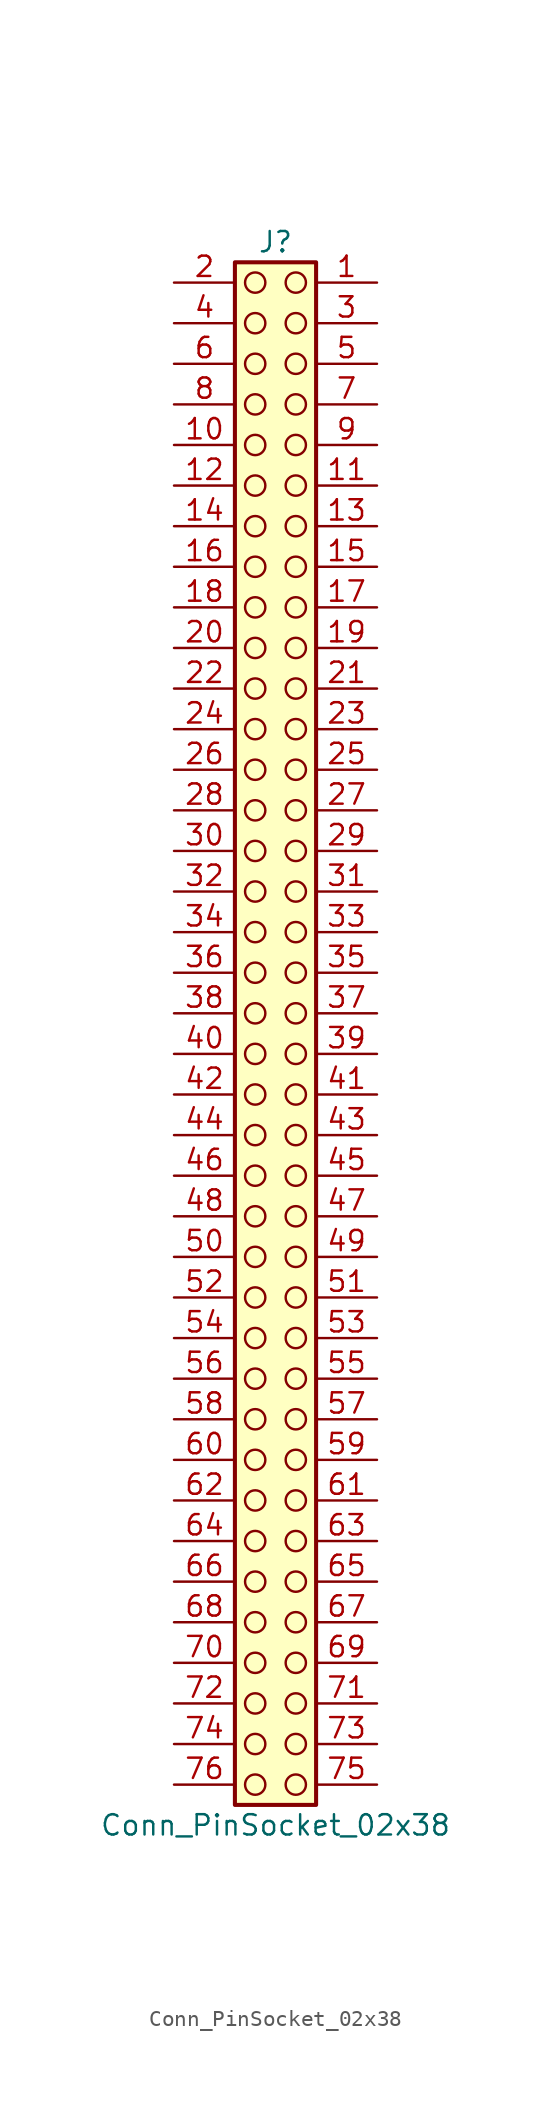
<source format=kicad_sym>
(kicad_symbol_lib
  (version 20241209)
  (generator "kicad_symbol_editor")
  (generator_version "9.0")
  (symbol "Conn_PinSocket_02x38"
    (pin_names
      (offset 1.016)
      (hide yes))
    (property "Reference" "J"
      (at 1.27 48.26 0)
      (effects (font (size 1.27 1.27))))
    (property "Value" "Conn_PinSocket_02x38"
      (at 1.27 -50.8 0)
      (effects (font (size 1.27 1.27))))
    (symbol "Conn_PinSocket_02x38_1_1"
      (rectangle (start -1.27 46.99) (end 3.81 -49.53) (stroke (width 0.254) (type default)) (fill (type background)))
      (circle (center 0 45.72) (radius 0.635) (stroke (width 0) (type solid) (color 132 0 0 1)) (fill (type none)))
      (circle (center 0 43.18) (radius 0.635) (stroke (width 0) (type solid) (color 132 0 0 1)) (fill (type none)))
      (circle (center 0 40.64) (radius 0.635) (stroke (width 0) (type solid) (color 132 0 0 1)) (fill (type none)))
      (circle (center 0 38.1) (radius 0.635) (stroke (width 0) (type solid) (color 132 0 0 1)) (fill (type none)))
      (circle (center 0 35.56) (radius 0.635) (stroke (width 0) (type solid) (color 132 0 0 1)) (fill (type none)))
      (circle (center 0 33.02) (radius 0.635) (stroke (width 0) (type solid) (color 132 0 0 1)) (fill (type none)))
      (circle (center 0 30.48) (radius 0.635) (stroke (width 0) (type solid) (color 132 0 0 1)) (fill (type none)))
      (circle (center 0 27.94) (radius 0.635) (stroke (width 0) (type solid) (color 132 0 0 1)) (fill (type none)))
      (circle (center 0 25.4) (radius 0.635) (stroke (width 0) (type solid) (color 132 0 0 1)) (fill (type none)))
      (circle (center 0 22.86) (radius 0.635) (stroke (width 0) (type solid) (color 132 0 0 1)) (fill (type none)))
      (circle (center 0 20.32) (radius 0.635) (stroke (width 0) (type solid) (color 132 0 0 1)) (fill (type none)))
      (circle (center 0 17.78) (radius 0.635) (stroke (width 0) (type solid) (color 132 0 0 1)) (fill (type none)))
      (circle (center 0 15.24) (radius 0.635) (stroke (width 0) (type solid) (color 132 0 0 1)) (fill (type none)))
      (circle (center 0 12.7) (radius 0.635) (stroke (width 0) (type solid) (color 132 0 0 1)) (fill (type none)))
      (circle (center 0 10.16) (radius 0.635) (stroke (width 0) (type solid) (color 132 0 0 1)) (fill (type none)))
      (circle (center 0 7.62) (radius 0.635) (stroke (width 0) (type solid) (color 132 0 0 1)) (fill (type none)))
      (circle (center 0 5.08) (radius 0.635) (stroke (width 0) (type solid) (color 132 0 0 1)) (fill (type none)))
      (circle (center 0 2.54) (radius 0.635) (stroke (width 0) (type solid) (color 132 0 0 1)) (fill (type none)))
      (circle (center 0 0) (radius 0.635) (stroke (width 0) (type solid) (color 132 0 0 1)) (fill (type none)))
      (circle (center 0 -2.54) (radius 0.635) (stroke (width 0) (type solid) (color 132 0 0 1)) (fill (type none)))
      (circle (center 0 -5.08) (radius 0.635) (stroke (width 0) (type solid) (color 132 0 0 1)) (fill (type none)))
      (circle (center 0 -7.62) (radius 0.635) (stroke (width 0) (type solid) (color 132 0 0 1)) (fill (type none)))
      (circle (center 0 -10.16) (radius 0.635) (stroke (width 0) (type solid) (color 132 0 0 1)) (fill (type none)))
      (circle (center 0 -12.7) (radius 0.635) (stroke (width 0) (type solid) (color 132 0 0 1)) (fill (type none)))
      (circle (center 0 -15.24) (radius 0.635) (stroke (width 0) (type solid) (color 132 0 0 1)) (fill (type none)))
      (circle (center 0 -17.78) (radius 0.635) (stroke (width 0) (type solid) (color 132 0 0 1)) (fill (type none)))
      (circle (center 0 -20.32) (radius 0.635) (stroke (width 0) (type solid) (color 132 0 0 1)) (fill (type none)))
      (circle (center 0 -22.86) (radius 0.635) (stroke (width 0) (type solid) (color 132 0 0 1)) (fill (type none)))
      (circle (center 0 -25.4) (radius 0.635) (stroke (width 0) (type solid) (color 132 0 0 1)) (fill (type none)))
      (circle (center 0 -27.94) (radius 0.635) (stroke (width 0) (type solid) (color 132 0 0 1)) (fill (type none)))
      (circle (center 0 -30.48) (radius 0.635) (stroke (width 0) (type solid) (color 132 0 0 1)) (fill (type none)))
      (circle (center 0 -33.02) (radius 0.635) (stroke (width 0) (type solid) (color 132 0 0 1)) (fill (type none)))
      (circle (center 0 -35.56) (radius 0.635) (stroke (width 0) (type solid) (color 132 0 0 1)) (fill (type none)))
      (circle (center 0 -38.1) (radius 0.635) (stroke (width 0) (type solid) (color 132 0 0 1)) (fill (type none)))
      (circle (center 0 -40.64) (radius 0.635) (stroke (width 0) (type solid) (color 132 0 0 1)) (fill (type none)))
      (circle (center 0 -43.18) (radius 0.635) (stroke (width 0) (type solid) (color 132 0 0 1)) (fill (type none)))
      (circle (center 0 -45.72) (radius 0.635) (stroke (width 0) (type solid) (color 132 0 0 1)) (fill (type none)))
      (circle (center 0 -48.26) (radius 0.635) (stroke (width 0) (type solid) (color 132 0 0 1)) (fill (type none)))
      (circle (center 2.54 45.72) (radius 0.635) (stroke (width 0) (type solid) (color 132 0 0 1)) (fill (type none)))
      (circle (center 2.54 43.18) (radius 0.635) (stroke (width 0) (type solid) (color 132 0 0 1)) (fill (type none)))
      (circle (center 2.54 40.64) (radius 0.635) (stroke (width 0) (type solid) (color 132 0 0 1)) (fill (type none)))
      (circle (center 2.54 38.1) (radius 0.635) (stroke (width 0) (type solid) (color 132 0 0 1)) (fill (type none)))
      (circle (center 2.54 35.56) (radius 0.635) (stroke (width 0) (type solid) (color 132 0 0 1)) (fill (type none)))
      (circle (center 2.54 33.02) (radius 0.635) (stroke (width 0) (type solid) (color 132 0 0 1)) (fill (type none)))
      (circle (center 2.54 30.48) (radius 0.635) (stroke (width 0) (type solid) (color 132 0 0 1)) (fill (type none)))
      (circle (center 2.54 27.94) (radius 0.635) (stroke (width 0) (type solid) (color 132 0 0 1)) (fill (type none)))
      (circle (center 2.54 25.4) (radius 0.635) (stroke (width 0) (type solid) (color 132 0 0 1)) (fill (type none)))
      (circle (center 2.54 22.86) (radius 0.635) (stroke (width 0) (type solid) (color 132 0 0 1)) (fill (type none)))
      (circle (center 2.54 20.32) (radius 0.635) (stroke (width 0) (type solid) (color 132 0 0 1)) (fill (type none)))
      (circle (center 2.54 17.78) (radius 0.635) (stroke (width 0) (type solid) (color 132 0 0 1)) (fill (type none)))
      (circle (center 2.54 15.24) (radius 0.635) (stroke (width 0) (type solid) (color 132 0 0 1)) (fill (type none)))
      (circle (center 2.54 12.7) (radius 0.635) (stroke (width 0) (type solid) (color 132 0 0 1)) (fill (type none)))
      (circle (center 2.54 10.16) (radius 0.635) (stroke (width 0) (type solid) (color 132 0 0 1)) (fill (type none)))
      (circle (center 2.54 7.62) (radius 0.635) (stroke (width 0) (type solid) (color 132 0 0 1)) (fill (type none)))
      (circle (center 2.54 5.08) (radius 0.635) (stroke (width 0) (type solid) (color 132 0 0 1)) (fill (type none)))
      (circle (center 2.54 2.54) (radius 0.635) (stroke (width 0) (type solid) (color 132 0 0 1)) (fill (type none)))
      (circle (center 2.54 0) (radius 0.635) (stroke (width 0) (type solid) (color 132 0 0 1)) (fill (type none)))
      (circle (center 2.54 -2.54) (radius 0.635) (stroke (width 0) (type solid) (color 132 0 0 1)) (fill (type none)))
      (circle (center 2.54 -5.08) (radius 0.635) (stroke (width 0) (type solid) (color 132 0 0 1)) (fill (type none)))
      (circle (center 2.54 -7.62) (radius 0.635) (stroke (width 0) (type solid) (color 132 0 0 1)) (fill (type none)))
      (circle (center 2.54 -10.16) (radius 0.635) (stroke (width 0) (type solid) (color 132 0 0 1)) (fill (type none)))
      (circle (center 2.54 -12.7) (radius 0.635) (stroke (width 0) (type solid) (color 132 0 0 1)) (fill (type none)))
      (circle (center 2.54 -15.24) (radius 0.635) (stroke (width 0) (type solid) (color 132 0 0 1)) (fill (type none)))
      (circle (center 2.54 -17.78) (radius 0.635) (stroke (width 0) (type solid) (color 132 0 0 1)) (fill (type none)))
      (circle (center 2.54 -20.32) (radius 0.635) (stroke (width 0) (type solid) (color 132 0 0 1)) (fill (type none)))
      (circle (center 2.54 -22.86) (radius 0.635) (stroke (width 0) (type solid) (color 132 0 0 1)) (fill (type none)))
      (circle (center 2.54 -25.4) (radius 0.635) (stroke (width 0) (type solid) (color 132 0 0 1)) (fill (type none)))
      (circle (center 2.54 -27.94) (radius 0.635) (stroke (width 0) (type solid) (color 132 0 0 1)) (fill (type none)))
      (circle (center 2.54 -30.48) (radius 0.635) (stroke (width 0) (type solid) (color 132 0 0 1)) (fill (type none)))
      (circle (center 2.54 -33.02) (radius 0.635) (stroke (width 0) (type solid) (color 132 0 0 1)) (fill (type none)))
      (circle (center 2.54 -35.56) (radius 0.635) (stroke (width 0) (type solid) (color 132 0 0 1)) (fill (type none)))
      (circle (center 2.54 -38.1) (radius 0.635) (stroke (width 0) (type solid) (color 132 0 0 1)) (fill (type none)))
      (circle (center 2.54 -40.64) (radius 0.635) (stroke (width 0) (type solid) (color 132 0 0 1)) (fill (type none)))
      (circle (center 2.54 -43.18) (radius 0.635) (stroke (width 0) (type solid) (color 132 0 0 1)) (fill (type none)))
      (circle (center 2.54 -45.72) (radius 0.635) (stroke (width 0) (type solid) (color 132 0 0 1)) (fill (type none)))
      (circle (center 2.54 -48.26) (radius 0.635) (stroke (width 0) (type solid) (color 132 0 0 1)) (fill (type none)))
      (pin passive line (at -5.08 45.72 0) (length 3.81) (name "Pin_2" (effects (font (size 1.27 1.27)))) (number "2" (effects (font (size 1.27 1.27)))))
      (pin passive line (at -5.08 43.18 0) (length 3.81) (name "Pin_4" (effects (font (size 1.27 1.27)))) (number "4" (effects (font (size 1.27 1.27)))))
      (pin passive line (at -5.08 40.64 0) (length 3.81) (name "Pin_6" (effects (font (size 1.27 1.27)))) (number "6" (effects (font (size 1.27 1.27)))))
      (pin passive line (at -5.08 38.1 0) (length 3.81) (name "Pin_8" (effects (font (size 1.27 1.27)))) (number "8" (effects (font (size 1.27 1.27)))))
      (pin passive line (at -5.08 35.56 0) (length 3.81) (name "Pin_10" (effects (font (size 1.27 1.27)))) (number "10" (effects (font (size 1.27 1.27)))))
      (pin passive line (at -5.08 33.02 0) (length 3.81) (name "Pin_12" (effects (font (size 1.27 1.27)))) (number "12" (effects (font (size 1.27 1.27)))))
      (pin passive line (at -5.08 30.48 0) (length 3.81) (name "Pin_14" (effects (font (size 1.27 1.27)))) (number "14" (effects (font (size 1.27 1.27)))))
      (pin passive line (at -5.08 27.94 0) (length 3.81) (name "Pin_16" (effects (font (size 1.27 1.27)))) (number "16" (effects (font (size 1.27 1.27)))))
      (pin passive line (at -5.08 25.4 0) (length 3.81) (name "Pin_18" (effects (font (size 1.27 1.27)))) (number "18" (effects (font (size 1.27 1.27)))))
      (pin passive line (at -5.08 22.86 0) (length 3.81) (name "Pin_20" (effects (font (size 1.27 1.27)))) (number "20" (effects (font (size 1.27 1.27)))))
      (pin passive line (at -5.08 20.32 0) (length 3.81) (name "Pin_22" (effects (font (size 1.27 1.27)))) (number "22" (effects (font (size 1.27 1.27)))))
      (pin passive line (at -5.08 17.78 0) (length 3.81) (name "Pin_24" (effects (font (size 1.27 1.27)))) (number "24" (effects (font (size 1.27 1.27)))))
      (pin passive line (at -5.08 15.24 0) (length 3.81) (name "Pin_26" (effects (font (size 1.27 1.27)))) (number "26" (effects (font (size 1.27 1.27)))))
      (pin passive line (at -5.08 12.7 0) (length 3.81) (name "Pin_28" (effects (font (size 1.27 1.27)))) (number "28" (effects (font (size 1.27 1.27)))))
      (pin passive line (at -5.08 10.16 0) (length 3.81) (name "Pin_30" (effects (font (size 1.27 1.27)))) (number "30" (effects (font (size 1.27 1.27)))))
      (pin passive line (at -5.08 7.62 0) (length 3.81) (name "Pin_32" (effects (font (size 1.27 1.27)))) (number "32" (effects (font (size 1.27 1.27)))))
      (pin passive line (at -5.08 5.08 0) (length 3.81) (name "Pin_34" (effects (font (size 1.27 1.27)))) (number "34" (effects (font (size 1.27 1.27)))))
      (pin passive line (at -5.08 2.54 0) (length 3.81) (name "Pin_36" (effects (font (size 1.27 1.27)))) (number "36" (effects (font (size 1.27 1.27)))))
      (pin passive line (at -5.08 0 0) (length 3.81) (name "Pin_38" (effects (font (size 1.27 1.27)))) (number "38" (effects (font (size 1.27 1.27)))))
      (pin passive line (at -5.08 -2.54 0) (length 3.81) (name "Pin_40" (effects (font (size 1.27 1.27)))) (number "40" (effects (font (size 1.27 1.27)))))
      (pin passive line (at -5.08 -5.08 0) (length 3.81) (name "Pin_42" (effects (font (size 1.27 1.27)))) (number "42" (effects (font (size 1.27 1.27)))))
      (pin passive line (at -5.08 -7.62 0) (length 3.81) (name "Pin_44" (effects (font (size 1.27 1.27)))) (number "44" (effects (font (size 1.27 1.27)))))
      (pin passive line (at -5.08 -10.16 0) (length 3.81) (name "Pin_46" (effects (font (size 1.27 1.27)))) (number "46" (effects (font (size 1.27 1.27)))))
      (pin passive line (at -5.08 -12.7 0) (length 3.81) (name "Pin_48" (effects (font (size 1.27 1.27)))) (number "48" (effects (font (size 1.27 1.27)))))
      (pin passive line (at -5.08 -15.24 0) (length 3.81) (name "Pin_50" (effects (font (size 1.27 1.27)))) (number "50" (effects (font (size 1.27 1.27)))))
      (pin passive line (at -5.08 -17.78 0) (length 3.81) (name "Pin_52" (effects (font (size 1.27 1.27)))) (number "52" (effects (font (size 1.27 1.27)))))
      (pin passive line (at -5.08 -20.32 0) (length 3.81) (name "Pin_54" (effects (font (size 1.27 1.27)))) (number "54" (effects (font (size 1.27 1.27)))))
      (pin passive line (at -5.08 -22.86 0) (length 3.81) (name "Pin_56" (effects (font (size 1.27 1.27)))) (number "56" (effects (font (size 1.27 1.27)))))
      (pin passive line (at -5.08 -25.4 0) (length 3.81) (name "Pin_58" (effects (font (size 1.27 1.27)))) (number "58" (effects (font (size 1.27 1.27)))))
      (pin passive line (at -5.08 -27.94 0) (length 3.81) (name "Pin_60" (effects (font (size 1.27 1.27)))) (number "60" (effects (font (size 1.27 1.27)))))
      (pin passive line (at -5.08 -30.48 0) (length 3.81) (name "Pin_62" (effects (font (size 1.27 1.27)))) (number "62" (effects (font (size 1.27 1.27)))))
      (pin passive line (at -5.08 -33.02 0) (length 3.81) (name "Pin_64" (effects (font (size 1.27 1.27)))) (number "64" (effects (font (size 1.27 1.27)))))
      (pin passive line (at -5.08 -35.56 0) (length 3.81) (name "Pin_66" (effects (font (size 1.27 1.27)))) (number "66" (effects (font (size 1.27 1.27)))))
      (pin passive line (at -5.08 -38.1 0) (length 3.81) (name "Pin_68" (effects (font (size 1.27 1.27)))) (number "68" (effects (font (size 1.27 1.27)))))
      (pin passive line (at -5.08 -40.64 0) (length 3.81) (name "Pin_70" (effects (font (size 1.27 1.27)))) (number "70" (effects (font (size 1.27 1.27)))))
      (pin passive line (at -5.08 -43.18 0) (length 3.81) (name "Pin_72" (effects (font (size 1.27 1.27)))) (number "72" (effects (font (size 1.27 1.27)))))
      (pin passive line (at -5.08 -45.72 0) (length 3.81) (name "Pin_74" (effects (font (size 1.27 1.27)))) (number "74" (effects (font (size 1.27 1.27)))))
      (pin passive line (at -5.08 -48.26 0) (length 3.81) (name "Pin_76" (effects (font (size 1.27 1.27)))) (number "76" (effects (font (size 1.27 1.27)))))
      (pin passive line (at 7.62 45.72 180) (length 3.81) (name "Pin_1" (effects (font (size 1.27 1.27)))) (number "1" (effects (font (size 1.27 1.27)))))
      (pin passive line (at 7.62 43.18 180) (length 3.81) (name "Pin_3" (effects (font (size 1.27 1.27)))) (number "3" (effects (font (size 1.27 1.27)))))
      (pin passive line (at 7.62 40.64 180) (length 3.81) (name "Pin_5" (effects (font (size 1.27 1.27)))) (number "5" (effects (font (size 1.27 1.27)))))
      (pin passive line (at 7.62 38.1 180) (length 3.81) (name "Pin_7" (effects (font (size 1.27 1.27)))) (number "7" (effects (font (size 1.27 1.27)))))
      (pin passive line (at 7.62 35.56 180) (length 3.81) (name "Pin_9" (effects (font (size 1.27 1.27)))) (number "9" (effects (font (size 1.27 1.27)))))
      (pin passive line (at 7.62 33.02 180) (length 3.81) (name "Pin_11" (effects (font (size 1.27 1.27)))) (number "11" (effects (font (size 1.27 1.27)))))
      (pin passive line (at 7.62 30.48 180) (length 3.81) (name "Pin_13" (effects (font (size 1.27 1.27)))) (number "13" (effects (font (size 1.27 1.27)))))
      (pin passive line (at 7.62 27.94 180) (length 3.81) (name "Pin_15" (effects (font (size 1.27 1.27)))) (number "15" (effects (font (size 1.27 1.27)))))
      (pin passive line (at 7.62 25.4 180) (length 3.81) (name "Pin_17" (effects (font (size 1.27 1.27)))) (number "17" (effects (font (size 1.27 1.27)))))
      (pin passive line (at 7.62 22.86 180) (length 3.81) (name "Pin_19" (effects (font (size 1.27 1.27)))) (number "19" (effects (font (size 1.27 1.27)))))
      (pin passive line (at 7.62 20.32 180) (length 3.81) (name "Pin_21" (effects (font (size 1.27 1.27)))) (number "21" (effects (font (size 1.27 1.27)))))
      (pin passive line (at 7.62 17.78 180) (length 3.81) (name "Pin_23" (effects (font (size 1.27 1.27)))) (number "23" (effects (font (size 1.27 1.27)))))
      (pin passive line (at 7.62 15.24 180) (length 3.81) (name "Pin_25" (effects (font (size 1.27 1.27)))) (number "25" (effects (font (size 1.27 1.27)))))
      (pin passive line (at 7.62 12.7 180) (length 3.81) (name "Pin_27" (effects (font (size 1.27 1.27)))) (number "27" (effects (font (size 1.27 1.27)))))
      (pin passive line (at 7.62 10.16 180) (length 3.81) (name "Pin_29" (effects (font (size 1.27 1.27)))) (number "29" (effects (font (size 1.27 1.27)))))
      (pin passive line (at 7.62 7.62 180) (length 3.81) (name "Pin_31" (effects (font (size 1.27 1.27)))) (number "31" (effects (font (size 1.27 1.27)))))
      (pin passive line (at 7.62 5.08 180) (length 3.81) (name "Pin_33" (effects (font (size 1.27 1.27)))) (number "33" (effects (font (size 1.27 1.27)))))
      (pin passive line (at 7.62 2.54 180) (length 3.81) (name "Pin_35" (effects (font (size 1.27 1.27)))) (number "35" (effects (font (size 1.27 1.27)))))
      (pin passive line (at 7.62 0 180) (length 3.81) (name "Pin_37" (effects (font (size 1.27 1.27)))) (number "37" (effects (font (size 1.27 1.27)))))
      (pin passive line (at 7.62 -2.54 180) (length 3.81) (name "Pin_39" (effects (font (size 1.27 1.27)))) (number "39" (effects (font (size 1.27 1.27)))))
      (pin passive line (at 7.62 -5.08 180) (length 3.81) (name "Pin_41" (effects (font (size 1.27 1.27)))) (number "41" (effects (font (size 1.27 1.27)))))
      (pin passive line (at 7.62 -7.62 180) (length 3.81) (name "Pin_43" (effects (font (size 1.27 1.27)))) (number "43" (effects (font (size 1.27 1.27)))))
      (pin passive line (at 7.62 -10.16 180) (length 3.81) (name "Pin_45" (effects (font (size 1.27 1.27)))) (number "45" (effects (font (size 1.27 1.27)))))
      (pin passive line (at 7.62 -12.7 180) (length 3.81) (name "Pin_47" (effects (font (size 1.27 1.27)))) (number "47" (effects (font (size 1.27 1.27)))))
      (pin passive line (at 7.62 -15.24 180) (length 3.81) (name "Pin_49" (effects (font (size 1.27 1.27)))) (number "49" (effects (font (size 1.27 1.27)))))
      (pin passive line (at 7.62 -17.78 180) (length 3.81) (name "Pin_51" (effects (font (size 1.27 1.27)))) (number "51" (effects (font (size 1.27 1.27)))))
      (pin passive line (at 7.62 -20.32 180) (length 3.81) (name "Pin_53" (effects (font (size 1.27 1.27)))) (number "53" (effects (font (size 1.27 1.27)))))
      (pin passive line (at 7.62 -22.86 180) (length 3.81) (name "Pin_55" (effects (font (size 1.27 1.27)))) (number "55" (effects (font (size 1.27 1.27)))))
      (pin passive line (at 7.62 -25.4 180) (length 3.81) (name "Pin_57" (effects (font (size 1.27 1.27)))) (number "57" (effects (font (size 1.27 1.27)))))
      (pin passive line (at 7.62 -27.94 180) (length 3.81) (name "Pin_59" (effects (font (size 1.27 1.27)))) (number "59" (effects (font (size 1.27 1.27)))))
      (pin passive line (at 7.62 -30.48 180) (length 3.81) (name "Pin_61" (effects (font (size 1.27 1.27)))) (number "61" (effects (font (size 1.27 1.27)))))
      (pin passive line (at 7.62 -33.02 180) (length 3.81) (name "Pin_63" (effects (font (size 1.27 1.27)))) (number "63" (effects (font (size 1.27 1.27)))))
      (pin passive line (at 7.62 -35.56 180) (length 3.81) (name "Pin_65" (effects (font (size 1.27 1.27)))) (number "65" (effects (font (size 1.27 1.27)))))
      (pin passive line (at 7.62 -38.1 180) (length 3.81) (name "Pin_67" (effects (font (size 1.27 1.27)))) (number "67" (effects (font (size 1.27 1.27)))))
      (pin passive line (at 7.62 -40.64 180) (length 3.81) (name "Pin_69" (effects (font (size 1.27 1.27)))) (number "69" (effects (font (size 1.27 1.27)))))
      (pin passive line (at 7.62 -43.18 180) (length 3.81) (name "Pin_71" (effects (font (size 1.27 1.27)))) (number "71" (effects (font (size 1.27 1.27)))))
      (pin passive line (at 7.62 -45.72 180) (length 3.81) (name "Pin_73" (effects (font (size 1.27 1.27)))) (number "73" (effects (font (size 1.27 1.27)))))
      (pin passive line (at 7.62 -48.26 180) (length 3.81) (name "Pin_75" (effects (font (size 1.27 1.27)))) (number "75" (effects (font (size 1.27 1.27))))))))
</source>
